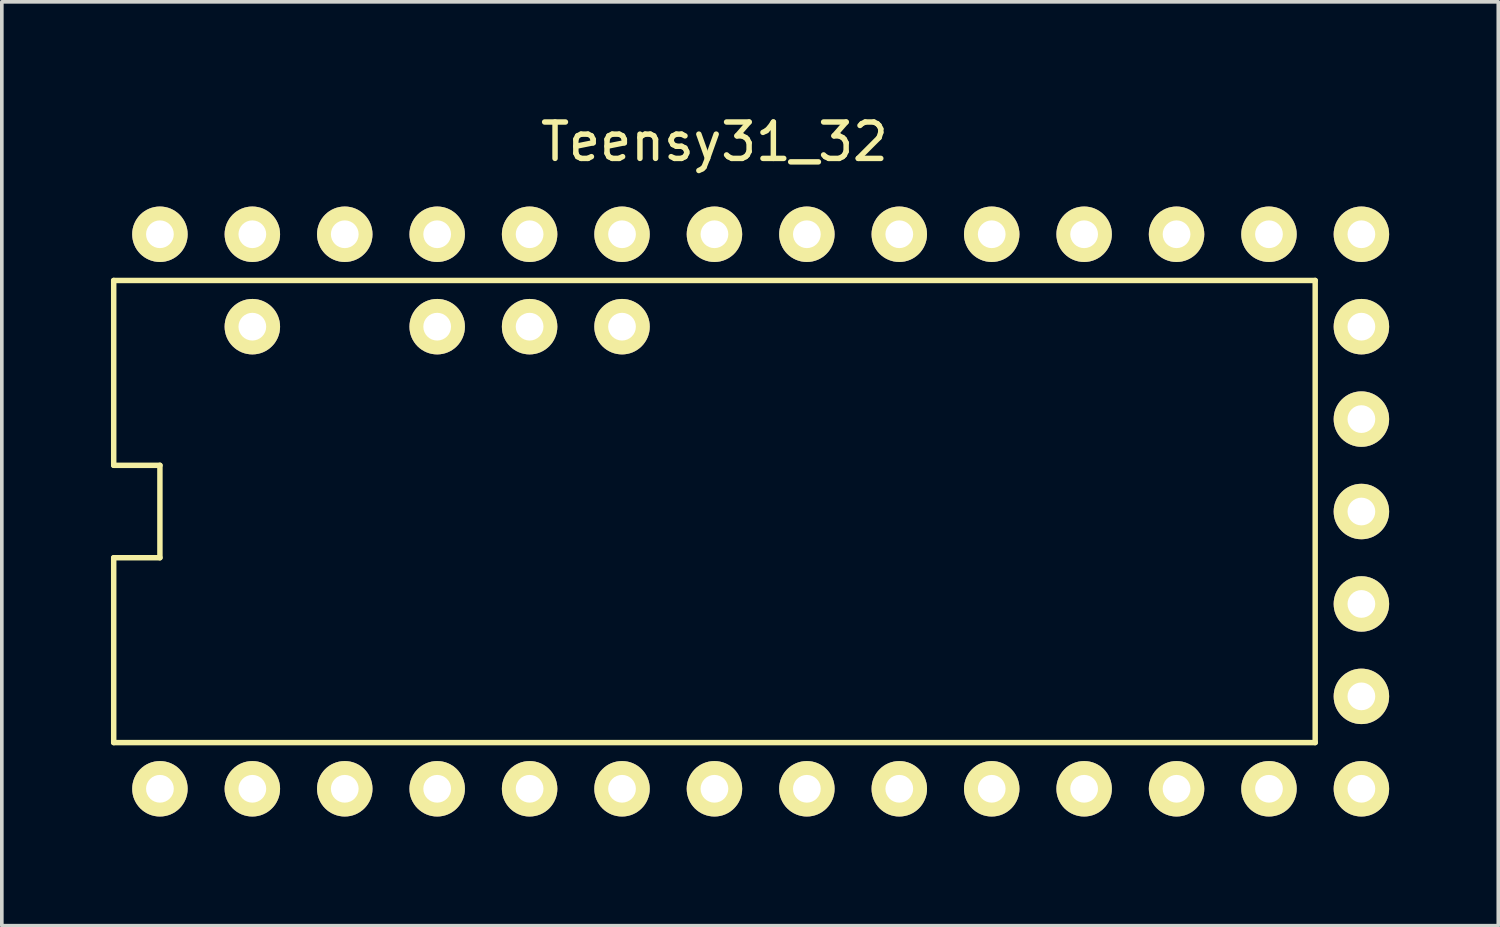
<source format=kicad_pcb>
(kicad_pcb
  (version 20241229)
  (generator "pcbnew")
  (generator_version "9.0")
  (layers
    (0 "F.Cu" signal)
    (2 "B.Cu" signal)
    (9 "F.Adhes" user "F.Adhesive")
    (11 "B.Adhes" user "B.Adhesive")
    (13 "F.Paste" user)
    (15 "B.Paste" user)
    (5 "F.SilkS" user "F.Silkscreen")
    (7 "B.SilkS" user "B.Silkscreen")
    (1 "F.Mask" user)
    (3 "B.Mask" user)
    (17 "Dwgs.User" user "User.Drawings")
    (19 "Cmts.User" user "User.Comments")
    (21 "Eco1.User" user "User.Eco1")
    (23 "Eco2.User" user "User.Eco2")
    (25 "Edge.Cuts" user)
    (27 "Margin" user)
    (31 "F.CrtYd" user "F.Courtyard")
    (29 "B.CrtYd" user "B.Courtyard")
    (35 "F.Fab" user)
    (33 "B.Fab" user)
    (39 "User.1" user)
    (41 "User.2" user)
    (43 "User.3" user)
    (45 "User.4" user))
  (footprint "Teensy31_32"
    (layer "F.Cu")
    (at 16.585 9.738)
    (property "Reference" "Teensy31_32" (at 0 -8.89 0) (layer "F.SilkS") (effects (font (size 1 1) (thickness 0.15))))
    (attr through_hole)
    (fp_line (start -16.51 -5.08) (end 16.51 -5.08) (stroke (width 0.15) (type solid)) (layer "F.SilkS"))
    (fp_line (start -16.51 0) (end -16.51 -5.08) (stroke (width 0.15) (type solid)) (layer "F.SilkS"))
    (fp_line (start -16.51 2.54) (end -15.24 2.54) (stroke (width 0.15) (type solid)) (layer "F.SilkS"))
    (fp_line (start -16.51 7.62) (end -16.51 2.54) (stroke (width 0.15) (type solid)) (layer "F.SilkS"))
    (fp_line (start -15.24 0) (end -16.51 0) (stroke (width 0.15) (type solid)) (layer "F.SilkS"))
    (fp_line (start -15.24 2.54) (end -15.24 0) (stroke (width 0.15) (type solid)) (layer "F.SilkS"))
    (fp_line (start 16.51 -5.08) (end 16.51 7.62) (stroke (width 0.15) (type solid)) (layer "F.SilkS"))
    (fp_line (start 16.51 7.62) (end -16.51 7.62) (stroke (width 0.15) (type solid)) (layer "F.SilkS"))
    (pad "0" thru_hole circle (at -12.7 8.89) (size 1.524 1.524) (drill 0.762) (layers "*.Cu" "*.Mask" "F.SilkS"))
    (pad "1" thru_hole circle (at -10.16 8.89) (size 1.524 1.524) (drill 0.762) (layers "*.Cu" "*.Mask" "F.SilkS"))
    (pad "2" thru_hole circle (at -7.62 8.89) (size 1.524 1.524) (drill 0.762) (layers "*.Cu" "*.Mask" "F.SilkS"))
    (pad "3" thru_hole circle (at -5.08 8.89) (size 1.524 1.524) (drill 0.762) (layers "*.Cu" "*.Mask" "F.SilkS"))
    (pad "4" thru_hole circle (at -2.54 8.89) (size 1.524 1.524) (drill 0.762) (layers "*.Cu" "*.Mask" "F.SilkS"))
    (pad "5" thru_hole circle (at 0 8.89) (size 1.524 1.524) (drill 0.762) (layers "*.Cu" "*.Mask" "F.SilkS"))
    (pad "6" thru_hole circle (at 2.54 8.89) (size 1.524 1.524) (drill 0.762) (layers "*.Cu" "*.Mask" "F.SilkS"))
    (pad "7" thru_hole circle (at 5.08 8.89) (size 1.524 1.524) (drill 0.762) (layers "*.Cu" "*.Mask" "F.SilkS"))
    (pad "8" thru_hole circle (at 7.62 8.89) (size 1.524 1.524) (drill 0.762) (layers "*.Cu" "*.Mask" "F.SilkS"))
    (pad "9" thru_hole circle (at 10.16 8.89) (size 1.524 1.524) (drill 0.762) (layers "*.Cu" "*.Mask" "F.SilkS"))
    (pad "10" thru_hole circle (at 12.7 8.89) (size 1.524 1.524) (drill 0.762) (layers "*.Cu" "*.Mask" "F.SilkS"))
    (pad "11" thru_hole circle (at 15.24 8.89) (size 1.524 1.524) (drill 0.762) (layers "*.Cu" "*.Mask" "F.SilkS"))
    (pad "12" thru_hole circle (at 17.78 8.89) (size 1.524 1.524) (drill 0.762) (layers "*.Cu" "*.Mask" "F.SilkS"))
    (pad "13" thru_hole circle (at 17.78 -6.35) (size 1.524 1.524) (drill 0.762) (layers "*.Cu" "*.Mask" "F.SilkS"))
    (pad "14" thru_hole circle (at 15.24 -6.35) (size 1.524 1.524) (drill 0.762) (layers "*.Cu" "*.Mask" "F.SilkS"))
    (pad "15" thru_hole circle (at 12.7 -6.35) (size 1.524 1.524) (drill 0.762) (layers "*.Cu" "*.Mask" "F.SilkS"))
    (pad "16" thru_hole circle (at 10.16 -6.35) (size 1.524 1.524) (drill 0.762) (layers "*.Cu" "*.Mask" "F.SilkS"))
    (pad "17" thru_hole circle (at 7.62 -6.35) (size 1.524 1.524) (drill 0.762) (layers "*.Cu" "*.Mask" "F.SilkS"))
    (pad "18" thru_hole circle (at 5.08 -6.35) (size 1.524 1.524) (drill 0.762) (layers "*.Cu" "*.Mask" "F.SilkS"))
    (pad "19" thru_hole circle (at 2.54 -6.35) (size 1.524 1.524) (drill 0.762) (layers "*.Cu" "*.Mask" "F.SilkS"))
    (pad "20" thru_hole circle (at 0 -6.35) (size 1.524 1.524) (drill 0.762) (layers "*.Cu" "*.Mask" "F.SilkS"))
    (pad "21" thru_hole circle (at -2.54 -6.35) (size 1.524 1.524) (drill 0.762) (layers "*.Cu" "*.Mask" "F.SilkS"))
    (pad "22" thru_hole circle (at -5.08 -6.35) (size 1.524 1.524) (drill 0.762) (layers "*.Cu" "*.Mask" "F.SilkS"))
    (pad "23" thru_hole circle (at -7.62 -6.35) (size 1.524 1.524) (drill 0.762) (layers "*.Cu" "*.Mask" "F.SilkS"))
    (pad "24" thru_hole circle (at -10.16 -6.35) (size 1.524 1.524) (drill 0.762) (layers "*.Cu" "*.Mask" "F.SilkS"))
    (pad "25" thru_hole circle (at -12.7 -6.35) (size 1.524 1.524) (drill 0.762) (layers "*.Cu" "*.Mask" "F.SilkS"))
    (pad "26" thru_hole circle (at -15.24 -6.35) (size 1.524 1.524) (drill 0.762) (layers "*.Cu" "*.Mask" "F.SilkS"))
    (pad "27" thru_hole circle (at -15.24 8.89) (size 1.524 1.524) (drill 0.762) (layers "*.Cu" "*.Mask" "F.SilkS"))
    (pad "28" thru_hole circle (at -12.7 -3.81) (size 1.524 1.524) (drill 0.762) (layers "*.Cu" "*.Mask" "F.SilkS"))
    (pad "29" thru_hole circle (at -7.62 -3.81) (size 1.524 1.524) (drill 0.762) (layers "*.Cu" "*.Mask" "F.SilkS"))
    (pad "30" thru_hole circle (at -5.08 -3.81) (size 1.524 1.524) (drill 0.762) (layers "*.Cu" "*.Mask" "F.SilkS"))
    (pad "31" thru_hole circle (at -2.54 -3.81) (size 1.524 1.524) (drill 0.762) (layers "*.Cu" "*.Mask" "F.SilkS"))
    (pad "32" thru_hole circle (at 17.78 -3.81) (size 1.524 1.524) (drill 0.762) (layers "*.Cu" "*.Mask" "F.SilkS"))
    (pad "33" thru_hole circle (at 17.78 -1.27) (size 1.524 1.524) (drill 0.762) (layers "*.Cu" "*.Mask" "F.SilkS"))
    (pad "34" thru_hole circle (at 17.78 1.27) (size 1.524 1.524) (drill 0.762) (layers "*.Cu" "*.Mask" "F.SilkS"))
    (pad "35" thru_hole circle (at 17.78 3.81) (size 1.524 1.524) (drill 0.762) (layers "*.Cu" "*.Mask" "F.SilkS"))
    (pad "36" thru_hole circle (at 17.78 6.35) (size 1.524 1.524) (drill 0.762) (layers "*.Cu" "*.Mask" "F.SilkS")))
  (gr_rect
    (start -3 -3)
    (end 38.127 22.39)
    (stroke (width 0.1) (type default))
    (fill no)
    (layer "Edge.Cuts")))
</source>
